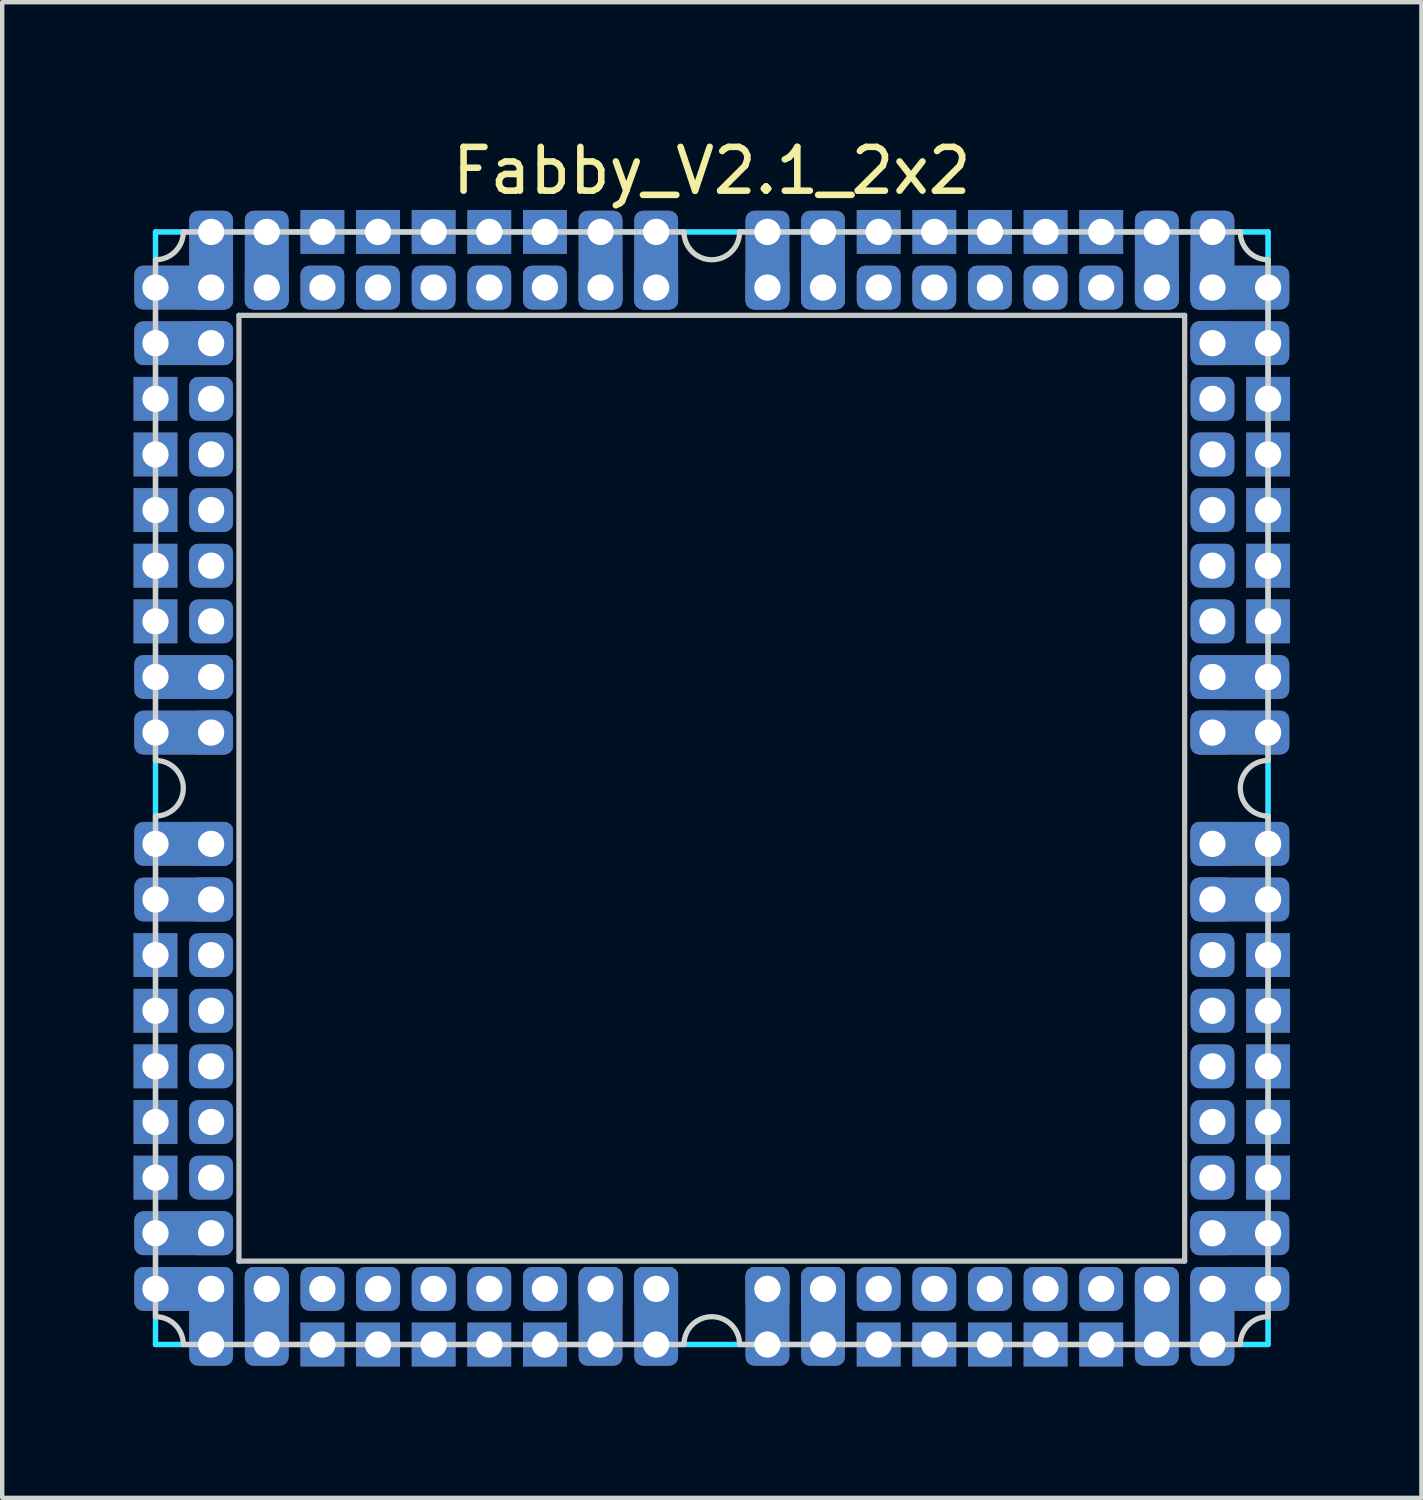
<source format=kicad_pcb>
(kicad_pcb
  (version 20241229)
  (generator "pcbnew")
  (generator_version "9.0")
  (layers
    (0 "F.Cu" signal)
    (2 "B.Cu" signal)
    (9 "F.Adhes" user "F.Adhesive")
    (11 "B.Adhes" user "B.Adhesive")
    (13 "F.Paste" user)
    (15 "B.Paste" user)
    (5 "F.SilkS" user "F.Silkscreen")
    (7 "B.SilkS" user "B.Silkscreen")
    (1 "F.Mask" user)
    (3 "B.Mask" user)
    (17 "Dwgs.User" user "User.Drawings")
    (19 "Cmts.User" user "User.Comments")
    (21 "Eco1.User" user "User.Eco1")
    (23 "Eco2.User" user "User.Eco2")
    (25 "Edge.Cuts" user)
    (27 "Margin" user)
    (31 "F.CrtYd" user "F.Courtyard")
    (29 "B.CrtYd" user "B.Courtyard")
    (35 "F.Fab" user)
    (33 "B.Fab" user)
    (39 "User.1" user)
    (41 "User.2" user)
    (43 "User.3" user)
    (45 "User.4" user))
  (footprint "Fabby_V2.1_2x2"
    (layer "F.Cu")
    (at 13.2 14.945)
    (property "Reference" "Fabby_V2.1_2x2" (at 0 -14.097 0) (layer "F.SilkS") (effects (font (size 1 1) (thickness 0.15))))
    (attr through_hole)
    (fp_line (start -10.795 -10.795) (end 10.795 -10.795) (stroke (width 0.12) (type solid)) (layer "Dwgs.User"))
    (fp_line (start -10.795 10.795) (end -10.795 -10.795) (stroke (width 0.12) (type solid)) (layer "Dwgs.User"))
    (fp_line (start 10.795 -10.795) (end 10.795 10.795) (stroke (width 0.12) (type solid)) (layer "Dwgs.User"))
    (fp_line (start 10.795 10.795) (end -10.795 10.795) (stroke (width 0.12) (type solid)) (layer "Dwgs.User"))
    (fp_line (start -12.7 -12.065) (end -12.7 -0.635) (stroke (width 0.12) (type solid)) (layer "Edge.Cuts"))
    (fp_line (start -12.7 0.635) (end -12.7 12.065) (stroke (width 0.12) (type solid)) (layer "Edge.Cuts"))
    (fp_line (start -12.065 -12.7) (end -0.635 -12.7) (stroke (width 0.12) (type solid)) (layer "Edge.Cuts"))
    (fp_line (start -0.635 12.7) (end -12.065 12.7) (stroke (width 0.12) (type solid)) (layer "Edge.Cuts"))
    (fp_line (start 0.635 -12.7) (end 12.065 -12.7) (stroke (width 0.12) (type solid)) (layer "Edge.Cuts"))
    (fp_line (start 12.065 12.7) (end 0.635 12.7) (stroke (width 0.12) (type solid)) (layer "Edge.Cuts"))
    (fp_line (start 12.7 -12.065) (end 12.7 -0.635) (stroke (width 0.12) (type solid)) (layer "Edge.Cuts"))
    (fp_line (start 12.7 0.635) (end 12.7 12.065) (stroke (width 0.12) (type solid)) (layer "Edge.Cuts"))
    (fp_arc (start -12.7 -0.635) (mid -12.065 0) (end -12.7 0.635) (stroke (width 0.12) (type solid)) (layer "Edge.Cuts"))
    (fp_arc (start -12.7 12.065) (mid -12.250987 12.250987) (end -12.065 12.7) (stroke (width 0.12) (type solid)) (layer "Edge.Cuts"))
    (fp_arc (start -12.065 -12.7) (mid -12.250987 -12.250987) (end -12.7 -12.065) (stroke (width 0.12) (type solid)) (layer "Edge.Cuts"))
    (fp_arc (start -0.635 12.7) (mid 0 12.065) (end 0.635 12.7) (stroke (width 0.12) (type solid)) (layer "Edge.Cuts"))
    (fp_arc (start 0.635 -12.7) (mid 0 -12.065) (end -0.635 -12.7) (stroke (width 0.12) (type solid)) (layer "Edge.Cuts"))
    (fp_arc (start 12.065 12.7) (mid 12.250987 12.250987) (end 12.7 12.065) (stroke (width 0.12) (type solid)) (layer "Edge.Cuts"))
    (fp_arc (start 12.7 -12.065) (mid 12.250987 -12.250987) (end 12.065 -12.7) (stroke (width 0.12) (type solid)) (layer "Edge.Cuts"))
    (fp_arc (start 12.7 0.635) (mid 12.065 0) (end 12.7 -0.635) (stroke (width 0.12) (type solid)) (layer "Edge.Cuts"))
    (fp_line (start -12.7 -12.7) (end 12.7 -12.7) (stroke (width 0.12) (type solid)) (layer "B.CrtYd"))
    (fp_line (start -12.7 12.7) (end -12.7 -12.7) (stroke (width 0.12) (type solid)) (layer "B.CrtYd"))
    (fp_line (start 12.7 -12.7) (end 12.7 12.7) (stroke (width 0.12) (type solid)) (layer "B.CrtYd"))
    (fp_line (start 12.7 12.7) (end -12.7 12.7) (stroke (width 0.12) (type solid)) (layer "B.CrtYd"))
    (fp_line (start -12.7 -12.7) (end 12.7 -12.7) (stroke (width 0.12) (type solid)) (layer "F.CrtYd"))
    (fp_line (start -12.7 12.7) (end -12.7 -12.7) (stroke (width 0.12) (type solid)) (layer "F.CrtYd"))
    (fp_line (start 12.7 -12.7) (end 12.7 12.7) (stroke (width 0.12) (type solid)) (layer "F.CrtYd"))
    (fp_line (start 12.7 12.7) (end -12.7 12.7) (stroke (width 0.12) (type solid)) (layer "F.CrtYd"))
    (pad "" thru_hole rect (at -12.7 -8.89 270) (size 1 1) (drill 0.6) (layers "*.Cu" "*.Mask"))
    (pad "" thru_hole rect (at -12.7 -7.62 270) (size 1 1) (drill 0.6) (layers "*.Cu" "*.Mask"))
    (pad "" thru_hole rect (at -12.7 -6.35 270) (size 1 1) (drill 0.6) (layers "*.Cu" "*.Mask"))
    (pad "" thru_hole rect (at -12.7 -5.08 270) (size 1 1) (drill 0.6) (layers "*.Cu" "*.Mask"))
    (pad "" thru_hole rect (at -12.7 -3.81 270) (size 1 1) (drill 0.6) (layers "*.Cu" "*.Mask"))
    (pad "" thru_hole rect (at -12.7 3.81 270) (size 1 1) (drill 0.6) (layers "*.Cu" "*.Mask"))
    (pad "" thru_hole rect (at -12.7 5.08 270) (size 1 1) (drill 0.6) (layers "*.Cu" "*.Mask"))
    (pad "" thru_hole rect (at -12.7 6.35 270) (size 1 1) (drill 0.6) (layers "*.Cu" "*.Mask"))
    (pad "" thru_hole rect (at -12.7 7.62 270) (size 1 1) (drill 0.6) (layers "*.Cu" "*.Mask"))
    (pad "" thru_hole rect (at -12.7 8.89 270) (size 1 1) (drill 0.6) (layers "*.Cu" "*.Mask"))
    (pad "" thru_hole rect (at -8.89 -12.7 270) (size 1 1) (drill 0.6) (layers "*.Cu" "*.Mask"))
    (pad "" thru_hole rect (at -8.89 12.7 270) (size 1 1) (drill 0.6) (layers "*.Cu" "*.Mask"))
    (pad "" thru_hole rect (at -7.62 -12.7 270) (size 1 1) (drill 0.6) (layers "*.Cu" "*.Mask"))
    (pad "" thru_hole rect (at -7.62 12.7 270) (size 1 1) (drill 0.6) (layers "*.Cu" "*.Mask"))
    (pad "" thru_hole rect (at -6.35 -12.7 270) (size 1 1) (drill 0.6) (layers "*.Cu" "*.Mask"))
    (pad "" thru_hole rect (at -6.35 12.7 270) (size 1 1) (drill 0.6) (layers "*.Cu" "*.Mask"))
    (pad "" thru_hole rect (at -5.08 -12.7 270) (size 1 1) (drill 0.6) (layers "*.Cu" "*.Mask"))
    (pad "" thru_hole rect (at -5.08 12.7 270) (size 1 1) (drill 0.6) (layers "*.Cu" "*.Mask"))
    (pad "" thru_hole rect (at -3.81 -12.7 270) (size 1 1) (drill 0.6) (layers "*.Cu" "*.Mask"))
    (pad "" thru_hole rect (at -3.81 12.7 270) (size 1 1) (drill 0.6) (layers "*.Cu" "*.Mask"))
    (pad "" thru_hole rect (at 3.81 -12.7 270) (size 1 1) (drill 0.6) (layers "*.Cu" "*.Mask"))
    (pad "" thru_hole rect (at 3.81 12.7 270) (size 1 1) (drill 0.6) (layers "*.Cu" "*.Mask"))
    (pad "" thru_hole rect (at 5.08 -12.7 270) (size 1 1) (drill 0.6) (layers "*.Cu" "*.Mask"))
    (pad "" thru_hole rect (at 5.08 12.7 270) (size 1 1) (drill 0.6) (layers "*.Cu" "*.Mask"))
    (pad "" thru_hole rect (at 6.35 -12.7 270) (size 1 1) (drill 0.6) (layers "*.Cu" "*.Mask"))
    (pad "" thru_hole rect (at 6.35 12.7 270) (size 1 1) (drill 0.6) (layers "*.Cu" "*.Mask"))
    (pad "" thru_hole rect (at 7.62 -12.7 270) (size 1 1) (drill 0.6) (layers "*.Cu" "*.Mask"))
    (pad "" thru_hole rect (at 7.62 12.7 270) (size 1 1) (drill 0.6) (layers "*.Cu" "*.Mask"))
    (pad "" thru_hole rect (at 8.89 -12.7 270) (size 1 1) (drill 0.6) (layers "*.Cu" "*.Mask"))
    (pad "" thru_hole rect (at 8.89 12.7 270) (size 1 1) (drill 0.6) (layers "*.Cu" "*.Mask"))
    (pad "" thru_hole rect (at 12.7 -8.89 270) (size 1 1) (drill 0.6) (layers "*.Cu" "*.Mask"))
    (pad "" thru_hole rect (at 12.7 -7.62 270) (size 1 1) (drill 0.6) (layers "*.Cu" "*.Mask"))
    (pad "" thru_hole rect (at 12.7 -6.35 270) (size 1 1) (drill 0.6) (layers "*.Cu" "*.Mask"))
    (pad "" thru_hole rect (at 12.7 -5.08 270) (size 1 1) (drill 0.6) (layers "*.Cu" "*.Mask"))
    (pad "" thru_hole rect (at 12.7 -3.81 270) (size 1 1) (drill 0.6) (layers "*.Cu" "*.Mask"))
    (pad "" thru_hole rect (at 12.7 3.81 270) (size 1 1) (drill 0.6) (layers "*.Cu" "*.Mask"))
    (pad "" thru_hole rect (at 12.7 5.08 270) (size 1 1) (drill 0.6) (layers "*.Cu" "*.Mask"))
    (pad "" thru_hole rect (at 12.7 6.35 270) (size 1 1) (drill 0.6) (layers "*.Cu" "*.Mask"))
    (pad "" thru_hole rect (at 12.7 7.62 270) (size 1 1) (drill 0.6) (layers "*.Cu" "*.Mask"))
    (pad "" thru_hole rect (at 12.7 8.89 270) (size 1 1) (drill 0.6) (layers "*.Cu" "*.Mask"))
    (pad "1" thru_hole roundrect (at -12.7 -11.43 270) (size 1 2.254) (drill 0.6 (offset 0 -0.643)) (layers "*.Cu" "*.Mask") (roundrect_rratio 0.2))
    (pad "1" thru_hole roundrect (at -11.43 -12.7 180) (size 1 2.254) (drill 0.6 (offset 0 -0.643)) (layers "*.Cu" "*.Mask") (roundrect_rratio 0.2))
    (pad "1" thru_hole roundrect (at -11.43 -11.43 180) (size 1 1) (drill 0.6) (layers "*.Cu" "*.Mask") (roundrect_rratio 0.2))
    (pad "2" thru_hole roundrect (at -12.7 -10.16 270) (size 1 2.254) (drill 0.6 (offset 0 -0.643)) (layers "*.Cu" "*.Mask") (roundrect_rratio 0.2))
    (pad "2" thru_hole roundrect (at -11.43 -10.16 270) (size 1 1) (drill 0.6) (layers "*.Cu" "*.Mask") (roundrect_rratio 0.2))
    (pad "3" thru_hole roundrect (at -11.43 -8.89 270) (size 1 1) (drill 0.6) (layers "*.Cu" "*.Mask") (roundrect_rratio 0.2))
    (pad "4" thru_hole roundrect (at -11.43 -7.62 270) (size 1 1) (drill 0.6) (layers "*.Cu" "*.Mask") (roundrect_rratio 0.2))
    (pad "5" thru_hole roundrect (at -11.43 -6.35 270) (size 1 1) (drill 0.6) (layers "*.Cu" "*.Mask") (roundrect_rratio 0.2))
    (pad "6" thru_hole roundrect (at -11.43 -5.08 270) (size 1 1) (drill 0.6) (layers "*.Cu" "*.Mask") (roundrect_rratio 0.2))
    (pad "7" thru_hole roundrect (at -11.43 -3.81 270) (size 1 1) (drill 0.6) (layers "*.Cu" "*.Mask") (roundrect_rratio 0.2))
    (pad "8" thru_hole roundrect (at -12.7 -2.54 270) (size 1 2.254) (drill 0.6 (offset 0 -0.643)) (layers "*.Cu" "*.Mask") (roundrect_rratio 0.2))
    (pad "8" thru_hole roundrect (at -11.43 -2.54 270) (size 1 1) (drill 0.6) (layers "*.Cu" "*.Mask") (roundrect_rratio 0.2))
    (pad "9" thru_hole roundrect (at -12.7 -1.27 270) (size 1 2.254) (drill 0.6 (offset 0 -0.643)) (layers "*.Cu" "*.Mask") (roundrect_rratio 0.2))
    (pad "9" thru_hole roundrect (at -11.43 -1.27 270) (size 1 1) (drill 0.6) (layers "*.Cu" "*.Mask") (roundrect_rratio 0.2))
    (pad "10" thru_hole roundrect (at -12.7 1.27 270) (size 1 2.254) (drill 0.6 (offset 0 -0.643)) (layers "*.Cu" "*.Mask") (roundrect_rratio 0.2))
    (pad "10" thru_hole roundrect (at -11.43 1.27 270) (size 1 1) (drill 0.6) (layers "*.Cu" "*.Mask") (roundrect_rratio 0.2))
    (pad "11" thru_hole roundrect (at -12.7 2.54 270) (size 1 2.254) (drill 0.6 (offset 0 -0.643)) (layers "*.Cu" "*.Mask") (roundrect_rratio 0.2))
    (pad "11" thru_hole roundrect (at -11.43 2.54 270) (size 1 1) (drill 0.6) (layers "*.Cu" "*.Mask") (roundrect_rratio 0.2))
    (pad "12" thru_hole roundrect (at -11.43 3.81 270) (size 1 1) (drill 0.6) (layers "*.Cu" "*.Mask") (roundrect_rratio 0.2))
    (pad "13" thru_hole roundrect (at -11.43 5.08 270) (size 1 1) (drill 0.6) (layers "*.Cu" "*.Mask") (roundrect_rratio 0.2))
    (pad "14" thru_hole roundrect (at -11.43 6.35 270) (size 1 1) (drill 0.6) (layers "*.Cu" "*.Mask") (roundrect_rratio 0.2))
    (pad "15" thru_hole roundrect (at -11.43 7.62 270) (size 1 1) (drill 0.6) (layers "*.Cu" "*.Mask") (roundrect_rratio 0.2))
    (pad "16" thru_hole roundrect (at -11.43 8.89 270) (size 1 1) (drill 0.6) (layers "*.Cu" "*.Mask") (roundrect_rratio 0.2))
    (pad "17" thru_hole roundrect (at -12.7 10.16 270) (size 1 2.254) (drill 0.6 (offset 0 -0.643)) (layers "*.Cu" "*.Mask") (roundrect_rratio 0.2))
    (pad "17" thru_hole roundrect (at -11.43 10.16 270) (size 1 1) (drill 0.6) (layers "*.Cu" "*.Mask") (roundrect_rratio 0.2))
    (pad "18" thru_hole roundrect (at -12.7 11.43 270) (size 1 2.254) (drill 0.6 (offset 0 -0.643)) (layers "*.Cu" "*.Mask") (roundrect_rratio 0.2))
    (pad "18" thru_hole roundrect (at -11.43 11.43 270) (size 1 1) (drill 0.6) (layers "*.Cu" "*.Mask") (roundrect_rratio 0.2))
    (pad "18" thru_hole roundrect (at -11.43 12.7) (size 1 2.254) (drill 0.6 (offset 0 -0.643)) (layers "*.Cu" "*.Mask") (roundrect_rratio 0.2))
    (pad "19" thru_hole roundrect (at -10.16 11.43 270) (size 1 1) (drill 0.6) (layers "*.Cu" "*.Mask") (roundrect_rratio 0.2))
    (pad "19" thru_hole roundrect (at -10.16 12.7) (size 1 2.254) (drill 0.6 (offset 0 -0.643)) (layers "*.Cu" "*.Mask") (roundrect_rratio 0.2))
    (pad "20" thru_hole roundrect (at -8.89 11.43 270) (size 1 1) (drill 0.6) (layers "*.Cu" "*.Mask") (roundrect_rratio 0.2))
    (pad "21" thru_hole roundrect (at -7.62 11.43 270) (size 1 1) (drill 0.6) (layers "*.Cu" "*.Mask") (roundrect_rratio 0.2))
    (pad "22" thru_hole roundrect (at -6.35 11.43 270) (size 1 1) (drill 0.6) (layers "*.Cu" "*.Mask") (roundrect_rratio 0.2))
    (pad "23" thru_hole roundrect (at -5.08 11.43 270) (size 1 1) (drill 0.6) (layers "*.Cu" "*.Mask") (roundrect_rratio 0.2))
    (pad "24" thru_hole roundrect (at -3.81 11.43 270) (size 1 1) (drill 0.6) (layers "*.Cu" "*.Mask") (roundrect_rratio 0.2))
    (pad "25" thru_hole roundrect (at -2.54 11.43 270) (size 1 1) (drill 0.6) (layers "*.Cu" "*.Mask") (roundrect_rratio 0.2))
    (pad "25" thru_hole roundrect (at -2.54 12.7) (size 1 2.254) (drill 0.6 (offset 0 -0.643)) (layers "*.Cu" "*.Mask") (roundrect_rratio 0.2))
    (pad "26" thru_hole roundrect (at -1.27 11.43 270) (size 1 1) (drill 0.6) (layers "*.Cu" "*.Mask") (roundrect_rratio 0.2))
    (pad "26" thru_hole roundrect (at -1.27 12.7) (size 1 2.254) (drill 0.6 (offset 0 -0.643)) (layers "*.Cu" "*.Mask") (roundrect_rratio 0.2))
    (pad "27" thru_hole roundrect (at 1.27 11.43 270) (size 1 1) (drill 0.6) (layers "*.Cu" "*.Mask") (roundrect_rratio 0.2))
    (pad "27" thru_hole roundrect (at 1.27 12.7) (size 1 2.254) (drill 0.6 (offset 0 -0.643)) (layers "*.Cu" "*.Mask") (roundrect_rratio 0.2))
    (pad "28" thru_hole roundrect (at 2.54 11.43 270) (size 1 1) (drill 0.6) (layers "*.Cu" "*.Mask") (roundrect_rratio 0.2))
    (pad "28" thru_hole roundrect (at 2.54 12.7) (size 1 2.254) (drill 0.6 (offset 0 -0.643)) (layers "*.Cu" "*.Mask") (roundrect_rratio 0.2))
    (pad "29" thru_hole roundrect (at 3.81 11.43 270) (size 1 1) (drill 0.6) (layers "*.Cu" "*.Mask") (roundrect_rratio 0.2))
    (pad "30" thru_hole roundrect (at 5.08 11.43 270) (size 1 1) (drill 0.6) (layers "*.Cu" "*.Mask") (roundrect_rratio 0.2))
    (pad "31" thru_hole roundrect (at 6.35 11.43 270) (size 1 1) (drill 0.6) (layers "*.Cu" "*.Mask") (roundrect_rratio 0.2))
    (pad "32" thru_hole roundrect (at 7.62 11.43 270) (size 1 1) (drill 0.6) (layers "*.Cu" "*.Mask") (roundrect_rratio 0.2))
    (pad "33" thru_hole roundrect (at 8.89 11.43 270) (size 1 1) (drill 0.6) (layers "*.Cu" "*.Mask") (roundrect_rratio 0.2))
    (pad "34" thru_hole roundrect (at 10.16 11.43 270) (size 1 1) (drill 0.6) (layers "*.Cu" "*.Mask") (roundrect_rratio 0.2))
    (pad "34" thru_hole roundrect (at 10.16 12.7) (size 1 2.254) (drill 0.6 (offset 0 -0.643)) (layers "*.Cu" "*.Mask") (roundrect_rratio 0.2))
    (pad "35" thru_hole roundrect (at 11.43 11.43 90) (size 1 1) (drill 0.6) (layers "*.Cu" "*.Mask") (roundrect_rratio 0.2))
    (pad "35" thru_hole roundrect (at 11.43 12.7) (size 1 2.254) (drill 0.6 (offset 0 -0.643)) (layers "*.Cu" "*.Mask") (roundrect_rratio 0.2))
    (pad "35" thru_hole roundrect (at 12.7 11.43 90) (size 1 2.254) (drill 0.6 (offset 0 -0.643)) (layers "*.Cu" "*.Mask") (roundrect_rratio 0.2))
    (pad "36" thru_hole roundrect (at 11.43 10.16 270) (size 1 1) (drill 0.6) (layers "*.Cu" "*.Mask") (roundrect_rratio 0.2))
    (pad "36" thru_hole roundrect (at 12.7 10.16 90) (size 1 2.254) (drill 0.6 (offset 0 -0.643)) (layers "*.Cu" "*.Mask") (roundrect_rratio 0.2))
    (pad "37" thru_hole roundrect (at 11.43 8.89 270) (size 1 1) (drill 0.6) (layers "*.Cu" "*.Mask") (roundrect_rratio 0.2))
    (pad "38" thru_hole roundrect (at 11.43 7.62 270) (size 1 1) (drill 0.6) (layers "*.Cu" "*.Mask") (roundrect_rratio 0.2))
    (pad "39" thru_hole roundrect (at 11.43 6.35 270) (size 1 1) (drill 0.6) (layers "*.Cu" "*.Mask") (roundrect_rratio 0.2))
    (pad "40" thru_hole roundrect (at 11.43 5.08 270) (size 1 1) (drill 0.6) (layers "*.Cu" "*.Mask") (roundrect_rratio 0.2))
    (pad "41" thru_hole roundrect (at 11.43 3.81 270) (size 1 1) (drill 0.6) (layers "*.Cu" "*.Mask") (roundrect_rratio 0.2))
    (pad "42" thru_hole roundrect (at 11.43 2.54 270) (size 1 1) (drill 0.6) (layers "*.Cu" "*.Mask") (roundrect_rratio 0.2))
    (pad "42" thru_hole roundrect (at 12.7 2.54 90) (size 1 2.254) (drill 0.6 (offset 0 -0.643)) (layers "*.Cu" "*.Mask") (roundrect_rratio 0.2))
    (pad "43" thru_hole roundrect (at 11.43 1.27 270) (size 1 1) (drill 0.6) (layers "*.Cu" "*.Mask") (roundrect_rratio 0.2))
    (pad "43" thru_hole roundrect (at 12.7 1.27 90) (size 1 2.254) (drill 0.6 (offset 0 -0.643)) (layers "*.Cu" "*.Mask") (roundrect_rratio 0.2))
    (pad "44" thru_hole roundrect (at 11.43 -1.27 270) (size 1 1) (drill 0.6) (layers "*.Cu" "*.Mask") (roundrect_rratio 0.2))
    (pad "44" thru_hole roundrect (at 12.7 -1.27 90) (size 1 2.254) (drill 0.6 (offset 0 -0.643)) (layers "*.Cu" "*.Mask") (roundrect_rratio 0.2))
    (pad "45" thru_hole roundrect (at 11.43 -2.54 270) (size 1 1) (drill 0.6) (layers "*.Cu" "*.Mask") (roundrect_rratio 0.2))
    (pad "45" thru_hole roundrect (at 12.7 -2.54 90) (size 1 2.254) (drill 0.6 (offset 0 -0.643)) (layers "*.Cu" "*.Mask") (roundrect_rratio 0.2))
    (pad "46" thru_hole roundrect (at 11.43 -3.81 270) (size 1 1) (drill 0.6) (layers "*.Cu" "*.Mask") (roundrect_rratio 0.2))
    (pad "47" thru_hole roundrect (at 11.43 -5.08 270) (size 1 1) (drill 0.6) (layers "*.Cu" "*.Mask") (roundrect_rratio 0.2))
    (pad "48" thru_hole roundrect (at 11.43 -6.35 270) (size 1 1) (drill 0.6) (layers "*.Cu" "*.Mask") (roundrect_rratio 0.2))
    (pad "49" thru_hole roundrect (at 11.43 -7.62 270) (size 1 1) (drill 0.6) (layers "*.Cu" "*.Mask") (roundrect_rratio 0.2))
    (pad "50" thru_hole roundrect (at 11.43 -8.89 270) (size 1 1) (drill 0.6) (layers "*.Cu" "*.Mask") (roundrect_rratio 0.2))
    (pad "51" thru_hole roundrect (at 11.43 -10.16 270) (size 1 1) (drill 0.6) (layers "*.Cu" "*.Mask") (roundrect_rratio 0.2))
    (pad "51" thru_hole roundrect (at 12.7 -10.16 90) (size 1 2.254) (drill 0.6 (offset 0 -0.643)) (layers "*.Cu" "*.Mask") (roundrect_rratio 0.2))
    (pad "52" thru_hole roundrect (at 11.43 -12.7 180) (size 1 2.254) (drill 0.6 (offset 0 -0.643)) (layers "*.Cu" "*.Mask") (roundrect_rratio 0.2))
    (pad "52" thru_hole roundrect (at 11.43 -11.43 270) (size 1 1) (drill 0.6) (layers "*.Cu" "*.Mask") (roundrect_rratio 0.2))
    (pad "52" thru_hole roundrect (at 12.7 -11.43 90) (size 1 2.254) (drill 0.6 (offset 0 -0.643)) (layers "*.Cu" "*.Mask") (roundrect_rratio 0.2))
    (pad "53" thru_hole roundrect (at 10.16 -12.7 180) (size 1 2.254) (drill 0.6 (offset 0 -0.643)) (layers "*.Cu" "*.Mask") (roundrect_rratio 0.2))
    (pad "53" thru_hole roundrect (at 10.16 -11.43 270) (size 1 1) (drill 0.6) (layers "*.Cu" "*.Mask") (roundrect_rratio 0.2))
    (pad "54" thru_hole roundrect (at 8.89 -11.43 270) (size 1 1) (drill 0.6) (layers "*.Cu" "*.Mask") (roundrect_rratio 0.2))
    (pad "55" thru_hole roundrect (at 7.62 -11.43 270) (size 1 1) (drill 0.6) (layers "*.Cu" "*.Mask") (roundrect_rratio 0.2))
    (pad "56" thru_hole roundrect (at 6.35 -11.43 270) (size 1 1) (drill 0.6) (layers "*.Cu" "*.Mask") (roundrect_rratio 0.2))
    (pad "57" thru_hole roundrect (at 5.08 -11.43 270) (size 1 1) (drill 0.6) (layers "*.Cu" "*.Mask") (roundrect_rratio 0.2))
    (pad "58" thru_hole roundrect (at 3.81 -11.43 270) (size 1 1) (drill 0.6) (layers "*.Cu" "*.Mask") (roundrect_rratio 0.2))
    (pad "59" thru_hole roundrect (at 2.54 -12.7 180) (size 1 2.254) (drill 0.6 (offset 0 -0.643)) (layers "*.Cu" "*.Mask") (roundrect_rratio 0.2))
    (pad "59" thru_hole roundrect (at 2.54 -11.43 270) (size 1 1) (drill 0.6) (layers "*.Cu" "*.Mask") (roundrect_rratio 0.2))
    (pad "60" thru_hole roundrect (at 1.27 -12.7 180) (size 1 2.254) (drill 0.6 (offset 0 -0.643)) (layers "*.Cu" "*.Mask") (roundrect_rratio 0.2))
    (pad "60" thru_hole roundrect (at 1.27 -11.43 270) (size 1 1) (drill 0.6) (layers "*.Cu" "*.Mask") (roundrect_rratio 0.2))
    (pad "61" thru_hole roundrect (at -1.27 -12.7 180) (size 1 2.254) (drill 0.6 (offset 0 -0.643)) (layers "*.Cu" "*.Mask") (roundrect_rratio 0.2))
    (pad "61" thru_hole roundrect (at -1.27 -11.43 270) (size 1 1) (drill 0.6) (layers "*.Cu" "*.Mask") (roundrect_rratio 0.2))
    (pad "62" thru_hole roundrect (at -2.54 -12.7 180) (size 1 2.254) (drill 0.6 (offset 0 -0.643)) (layers "*.Cu" "*.Mask") (roundrect_rratio 0.2))
    (pad "62" thru_hole roundrect (at -2.54 -11.43 270) (size 1 1) (drill 0.6) (layers "*.Cu" "*.Mask") (roundrect_rratio 0.2))
    (pad "63" thru_hole roundrect (at -3.81 -11.43 270) (size 1 1) (drill 0.6) (layers "*.Cu" "*.Mask") (roundrect_rratio 0.2))
    (pad "64" thru_hole roundrect (at -5.08 -11.43 270) (size 1 1) (drill 0.6) (layers "*.Cu" "*.Mask") (roundrect_rratio 0.2))
    (pad "65" thru_hole roundrect (at -6.35 -11.43 270) (size 1 1) (drill 0.6) (layers "*.Cu" "*.Mask") (roundrect_rratio 0.2))
    (pad "66" thru_hole roundrect (at -7.62 -11.43 270) (size 1 1) (drill 0.6) (layers "*.Cu" "*.Mask") (roundrect_rratio 0.2))
    (pad "67" thru_hole roundrect (at -8.89 -11.43 270) (size 1 1) (drill 0.6) (layers "*.Cu" "*.Mask") (roundrect_rratio 0.2))
    (pad "68" thru_hole roundrect (at -10.16 -12.7 180) (size 1 2.254) (drill 0.6 (offset 0 -0.643)) (layers "*.Cu" "*.Mask") (roundrect_rratio 0.2))
    (pad "68" thru_hole roundrect (at -10.16 -11.43 270) (size 1 1) (drill 0.6) (layers "*.Cu" "*.Mask") (roundrect_rratio 0.2)))
  (gr_rect
    (start -3 -3)
    (end 29.4 31.145)
    (stroke (width 0.1) (type default))
    (fill no)
    (layer "Edge.Cuts")))
</source>
